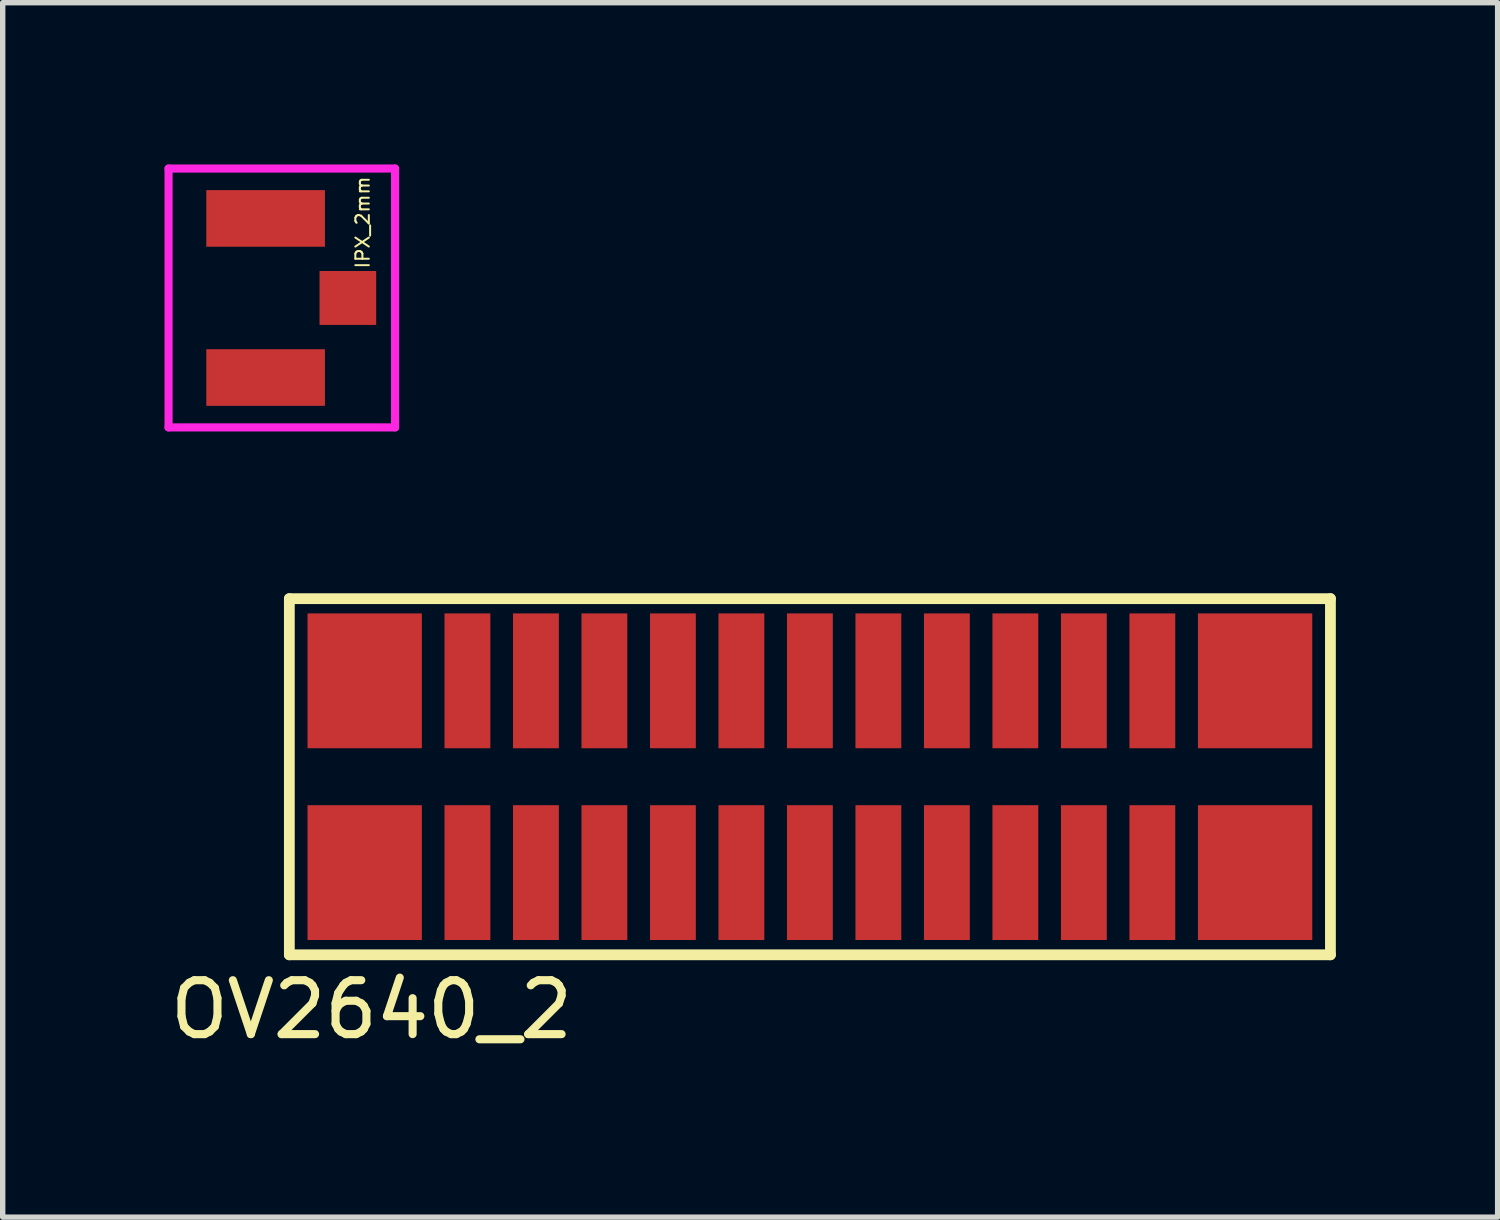
<source format=kicad_pcb>
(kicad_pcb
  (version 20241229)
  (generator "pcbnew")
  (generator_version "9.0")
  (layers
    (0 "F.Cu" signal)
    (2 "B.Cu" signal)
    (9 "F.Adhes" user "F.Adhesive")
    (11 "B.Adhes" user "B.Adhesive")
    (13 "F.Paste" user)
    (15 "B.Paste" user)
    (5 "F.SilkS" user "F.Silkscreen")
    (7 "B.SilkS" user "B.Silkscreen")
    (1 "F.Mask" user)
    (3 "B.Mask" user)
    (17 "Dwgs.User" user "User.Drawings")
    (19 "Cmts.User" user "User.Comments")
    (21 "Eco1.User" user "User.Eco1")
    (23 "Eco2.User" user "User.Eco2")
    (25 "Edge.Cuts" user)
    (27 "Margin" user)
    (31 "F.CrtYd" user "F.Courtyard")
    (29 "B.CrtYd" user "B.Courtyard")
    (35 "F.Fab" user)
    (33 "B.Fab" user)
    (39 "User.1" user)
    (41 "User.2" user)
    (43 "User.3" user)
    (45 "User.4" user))
  (footprint "IPX_2mm"
    (layer "F.Cu")
    (at 1.875 2.475)
    (property "Reference" "IPX_2mm" (at 1.8 -1.4 270) (layer "F.SilkS") (effects (font (size 0.25 0.25) (thickness 0.037))))
    (attr through_hole)
    (fp_line (start -1.8 -2.4) (end -1.8 2.4) (stroke (width 0.15) (type solid)) (layer "F.CrtYd"))
    (fp_line (start -1.8 2.4) (end 2.4 2.4) (stroke (width 0.15) (type solid)) (layer "F.CrtYd"))
    (fp_line (start 2.4 -2.4) (end -1.8 -2.4) (stroke (width 0.15) (type solid)) (layer "F.CrtYd"))
    (fp_line (start 2.4 2.4) (end 2.4 -2.4) (stroke (width 0.15) (type solid)) (layer "F.CrtYd"))
    (pad "1" smd rect (at 1.525 0) (size 1.05 1) (layers "F.Cu" "F.Mask" "F.Paste"))
    (pad "2" smd rect (at 0 -1.475) (size 2.2 1.05) (layers "F.Cu" "F.Mask" "F.Paste"))
    (pad "2" smd rect (at 0 1.475) (size 2.2 1.05) (layers "F.Cu" "F.Mask" "F.Paste")))
  (footprint "OV2640_2"
    (layer "F.Cu")
    (at 11.967 11.352)
    (property "Reference" "OV2640_2" (at -8.128 4.318 0) (layer "F.SilkS") (effects (font (size 1 1) (thickness 0.15))))
    (attr through_hole)
    (fp_line (start -9.652 -3.302) (end -9.652 3.302) (stroke (width 0.2) (type solid)) (layer "F.SilkS"))
    (fp_line (start -9.652 3.302) (end 9.652 3.302) (stroke (width 0.2) (type solid)) (layer "F.SilkS"))
    (fp_line (start 9.652 -3.302) (end -9.652 -3.302) (stroke (width 0.2) (type solid)) (layer "F.SilkS"))
    (fp_line (start 9.652 3.302) (end 9.652 -3.302) (stroke (width 0.2) (type solid)) (layer "F.SilkS"))
    (pad "1" smd rect (at -8.255 -1.778) (size 2.12 2.5) (layers "F.Cu" "F.Mask" "F.Paste"))
    (pad "2" smd rect (at -8.255 1.778) (size 2.12 2.5) (layers "F.Cu" "F.Mask" "F.Paste"))
    (pad "3" smd rect (at -6.35 -1.778) (size 0.85 2.5) (layers "F.Cu" "F.Mask" "F.Paste"))
    (pad "4" smd rect (at -6.35 1.778) (size 0.85 2.5) (layers "F.Cu" "F.Mask" "F.Paste"))
    (pad "5" smd rect (at -5.08 -1.778) (size 0.85 2.5) (layers "F.Cu" "F.Mask" "F.Paste"))
    (pad "6" smd rect (at -5.08 1.778) (size 0.85 2.5) (layers "F.Cu" "F.Mask" "F.Paste"))
    (pad "7" smd rect (at -3.81 -1.778) (size 0.85 2.5) (layers "F.Cu" "F.Mask" "F.Paste"))
    (pad "8" smd rect (at -3.81 1.778) (size 0.85 2.5) (layers "F.Cu" "F.Mask" "F.Paste"))
    (pad "9" smd rect (at -2.54 -1.778) (size 0.85 2.5) (layers "F.Cu" "F.Mask" "F.Paste"))
    (pad "10" smd rect (at -2.54 1.778) (size 0.85 2.5) (layers "F.Cu" "F.Mask" "F.Paste"))
    (pad "11" smd rect (at -1.27 -1.778) (size 0.85 2.5) (layers "F.Cu" "F.Mask" "F.Paste"))
    (pad "12" smd rect (at -1.27 1.778) (size 0.85 2.5) (layers "F.Cu" "F.Mask" "F.Paste"))
    (pad "13" smd rect (at 0 -1.778) (size 0.85 2.5) (layers "F.Cu" "F.Mask" "F.Paste"))
    (pad "14" smd rect (at 0 1.778) (size 0.85 2.5) (layers "F.Cu" "F.Mask" "F.Paste"))
    (pad "15" smd rect (at 1.27 -1.778) (size 0.85 2.5) (layers "F.Cu" "F.Mask" "F.Paste"))
    (pad "16" smd rect (at 1.27 1.778) (size 0.85 2.5) (layers "F.Cu" "F.Mask" "F.Paste"))
    (pad "17" smd rect (at 2.54 -1.778) (size 0.85 2.5) (layers "F.Cu" "F.Mask" "F.Paste"))
    (pad "18" smd rect (at 2.54 1.778) (size 0.85 2.5) (layers "F.Cu" "F.Mask" "F.Paste"))
    (pad "19" smd rect (at 3.81 -1.778) (size 0.85 2.5) (layers "F.Cu" "F.Mask" "F.Paste"))
    (pad "20" smd rect (at 3.81 1.778) (size 0.85 2.5) (layers "F.Cu" "F.Mask" "F.Paste"))
    (pad "21" smd rect (at 5.08 -1.778) (size 0.85 2.5) (layers "F.Cu" "F.Mask" "F.Paste"))
    (pad "22" smd rect (at 5.08 1.778) (size 0.85 2.5) (layers "F.Cu" "F.Mask" "F.Paste"))
    (pad "23" smd rect (at 6.35 -1.778) (size 0.85 2.5) (layers "F.Cu" "F.Mask" "F.Paste"))
    (pad "24" smd rect (at 6.35 1.778) (size 0.85 2.5) (layers "F.Cu" "F.Mask" "F.Paste"))
    (pad "25" smd rect (at 8.255 -1.778) (size 2.12 2.5) (layers "F.Cu" "F.Mask" "F.Paste"))
    (pad "26" smd rect (at 8.255 1.778) (size 2.12 2.5) (layers "F.Cu" "F.Mask" "F.Paste")))
  (gr_rect
    (start -3 -3)
    (end 24.719 19.518)
    (stroke (width 0.1) (type default))
    (fill no)
    (layer "Edge.Cuts")))
</source>
